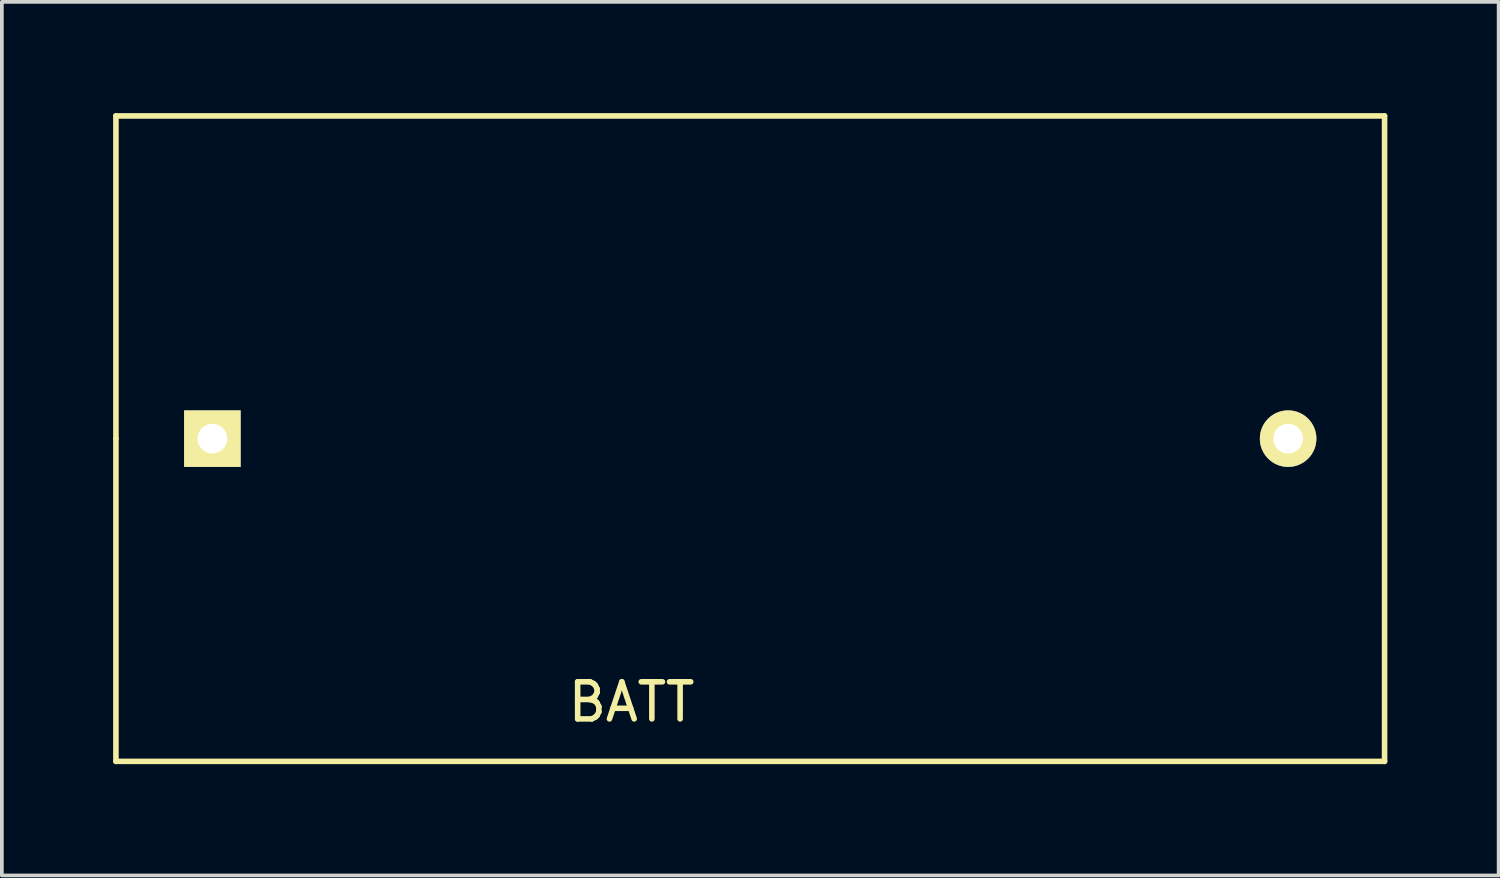
<source format=kicad_pcb>
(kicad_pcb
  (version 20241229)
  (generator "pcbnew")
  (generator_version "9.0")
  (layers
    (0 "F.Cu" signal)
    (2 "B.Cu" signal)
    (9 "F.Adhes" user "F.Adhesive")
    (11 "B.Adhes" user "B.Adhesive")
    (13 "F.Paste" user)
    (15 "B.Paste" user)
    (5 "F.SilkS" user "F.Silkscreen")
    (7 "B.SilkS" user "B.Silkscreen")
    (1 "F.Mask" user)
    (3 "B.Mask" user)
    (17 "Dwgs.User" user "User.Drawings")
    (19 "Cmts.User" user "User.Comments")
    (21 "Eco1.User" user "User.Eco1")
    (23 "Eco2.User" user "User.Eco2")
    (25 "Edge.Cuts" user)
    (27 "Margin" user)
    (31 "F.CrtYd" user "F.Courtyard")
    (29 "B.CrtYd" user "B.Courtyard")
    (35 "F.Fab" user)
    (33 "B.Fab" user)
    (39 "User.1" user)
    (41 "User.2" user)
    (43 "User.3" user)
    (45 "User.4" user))
  (footprint "BATT"
    (layer "F.Cu")
    (at 6.675 12.775)
    (property "Reference" "BATT" (at 7.3 3.1 0) (layer "F.SilkS") (effects (font (size 1 1) (thickness 0.15))))
    (attr through_hole)
    (fp_line (start -6.6 -12.7) (end 27.6 -12.7) (stroke (width 0.15) (type solid)) (layer "F.SilkS"))
    (fp_line (start -6.6 -4) (end -6.6 -12.7) (stroke (width 0.15) (type solid)) (layer "F.SilkS"))
    (fp_line (start -6.6 4.7) (end -6.6 -4) (stroke (width 0.15) (type solid)) (layer "F.SilkS"))
    (fp_line (start 27.6 -12.7) (end 27.6 4.7) (stroke (width 0.15) (type solid)) (layer "F.SilkS"))
    (fp_line (start 27.6 4.7) (end -6.6 4.7) (stroke (width 0.15) (type solid)) (layer "F.SilkS"))
    (pad "1" thru_hole rect (at -4 -4) (size 1.524 1.524) (drill 0.8) (layers "*.Cu" "*.Mask" "F.SilkS"))
    (pad "2" thru_hole circle (at 25 -4) (size 1.524 1.524) (drill 0.8) (layers "*.Cu" "*.Mask" "F.SilkS")))
  (gr_rect
    (start -3 -3)
    (end 37.35 20.55)
    (stroke (width 0.1) (type default))
    (fill no)
    (layer "Edge.Cuts")))
</source>
